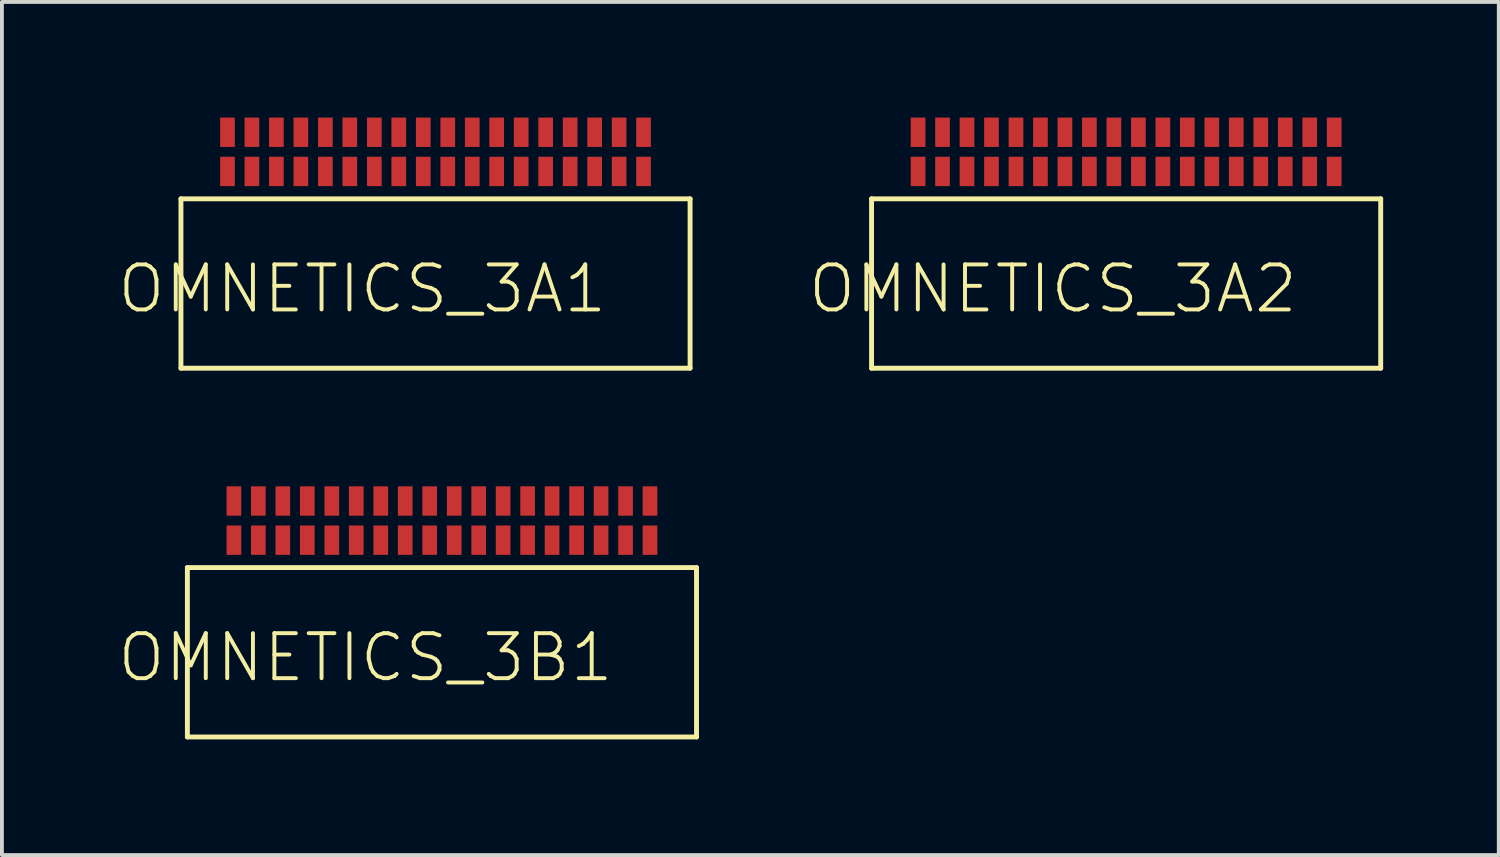
<source format=kicad_pcb>
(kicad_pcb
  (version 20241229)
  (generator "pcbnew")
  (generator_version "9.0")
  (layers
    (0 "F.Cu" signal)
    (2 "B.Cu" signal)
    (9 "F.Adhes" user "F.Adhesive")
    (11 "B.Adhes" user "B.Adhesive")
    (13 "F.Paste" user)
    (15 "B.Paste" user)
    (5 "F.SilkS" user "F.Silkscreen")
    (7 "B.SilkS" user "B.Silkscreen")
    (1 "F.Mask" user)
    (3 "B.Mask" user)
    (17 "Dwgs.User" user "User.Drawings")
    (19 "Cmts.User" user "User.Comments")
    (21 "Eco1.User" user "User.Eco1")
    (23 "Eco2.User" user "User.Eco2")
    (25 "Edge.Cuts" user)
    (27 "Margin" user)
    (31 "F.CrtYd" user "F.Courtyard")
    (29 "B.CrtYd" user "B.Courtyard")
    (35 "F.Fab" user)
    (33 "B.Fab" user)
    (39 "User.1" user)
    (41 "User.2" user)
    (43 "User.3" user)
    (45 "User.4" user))
  (footprint "OMNETICS_3A2"
    (layer "F.Cu")
    (at 26.164 2.108)
    (property "Reference" "OMNETICS_3A2" (at 4.508 1.651 0) (layer "F.SilkS") (effects (font (size 1.168 1.168) (thickness 0.102)) (justify right top)))
    (fp_line (start -6.604 0) (end -6.604 4.394) (stroke (width 0.127) (type solid)) (layer "F.SilkS"))
    (fp_line (start -6.604 4.394) (end 6.604 4.394) (stroke (width 0.127) (type solid)) (layer "F.SilkS"))
    (fp_line (start 6.604 0) (end -6.604 0) (stroke (width 0.127) (type solid)) (layer "F.SilkS"))
    (fp_line (start 6.604 4.394) (end 6.604 0) (stroke (width 0.127) (type solid)) (layer "F.SilkS"))
    (pad "B1" smd rect (at -5.397 -0.711) (size 0.381 0.762) (layers "F.Cu" "F.Mask" "F.Paste"))
    (pad "B2" smd rect (at -4.763 -0.711) (size 0.381 0.762) (layers "F.Cu" "F.Mask" "F.Paste"))
    (pad "B3" smd rect (at -4.128 -0.711) (size 0.381 0.762) (layers "F.Cu" "F.Mask" "F.Paste"))
    (pad "B4" smd rect (at -3.493 -0.711) (size 0.381 0.762) (layers "F.Cu" "F.Mask" "F.Paste"))
    (pad "B5" smd rect (at -2.857 -0.711) (size 0.381 0.762) (layers "F.Cu" "F.Mask" "F.Paste"))
    (pad "B6" smd rect (at -2.223 -0.711) (size 0.381 0.762) (layers "F.Cu" "F.Mask" "F.Paste"))
    (pad "B7" smd rect (at -1.587 -0.711) (size 0.381 0.762) (layers "F.Cu" "F.Mask" "F.Paste"))
    (pad "B8" smd rect (at -0.953 -0.711) (size 0.381 0.762) (layers "F.Cu" "F.Mask" "F.Paste"))
    (pad "B9" smd rect (at -0.318 -0.711) (size 0.381 0.762) (layers "F.Cu" "F.Mask" "F.Paste"))
    (pad "B10" smd rect (at 0.318 -0.711) (size 0.381 0.762) (layers "F.Cu" "F.Mask" "F.Paste"))
    (pad "B11" smd rect (at 0.953 -0.711) (size 0.381 0.762) (layers "F.Cu" "F.Mask" "F.Paste"))
    (pad "B12" smd rect (at 1.587 -0.711) (size 0.381 0.762) (layers "F.Cu" "F.Mask" "F.Paste"))
    (pad "B13" smd rect (at 2.223 -0.711) (size 0.381 0.762) (layers "F.Cu" "F.Mask" "F.Paste"))
    (pad "B14" smd rect (at 2.857 -0.711) (size 0.381 0.762) (layers "F.Cu" "F.Mask" "F.Paste"))
    (pad "B15" smd rect (at 3.493 -0.711) (size 0.381 0.762) (layers "F.Cu" "F.Mask" "F.Paste"))
    (pad "B16" smd rect (at 4.128 -0.711) (size 0.381 0.762) (layers "F.Cu" "F.Mask" "F.Paste"))
    (pad "B17" smd rect (at 4.763 -0.711) (size 0.381 0.762) (layers "F.Cu" "F.Mask" "F.Paste"))
    (pad "B18" smd rect (at 5.397 -0.711) (size 0.381 0.762) (layers "F.Cu" "F.Mask" "F.Paste"))
    (pad "T1" smd rect (at -5.397 -1.727) (size 0.381 0.762) (layers "F.Cu" "F.Mask" "F.Paste"))
    (pad "T2" smd rect (at -4.763 -1.727) (size 0.381 0.762) (layers "F.Cu" "F.Mask" "F.Paste"))
    (pad "T3" smd rect (at -4.128 -1.727) (size 0.381 0.762) (layers "F.Cu" "F.Mask" "F.Paste"))
    (pad "T4" smd rect (at -3.493 -1.727) (size 0.381 0.762) (layers "F.Cu" "F.Mask" "F.Paste"))
    (pad "T5" smd rect (at -2.857 -1.727) (size 0.381 0.762) (layers "F.Cu" "F.Mask" "F.Paste"))
    (pad "T6" smd rect (at -2.223 -1.727) (size 0.381 0.762) (layers "F.Cu" "F.Mask" "F.Paste"))
    (pad "T7" smd rect (at -1.587 -1.727) (size 0.381 0.762) (layers "F.Cu" "F.Mask" "F.Paste"))
    (pad "T8" smd rect (at -0.953 -1.727) (size 0.381 0.762) (layers "F.Cu" "F.Mask" "F.Paste"))
    (pad "T9" smd rect (at -0.318 -1.727) (size 0.381 0.762) (layers "F.Cu" "F.Mask" "F.Paste"))
    (pad "T10" smd rect (at 0.318 -1.727) (size 0.381 0.762) (layers "F.Cu" "F.Mask" "F.Paste"))
    (pad "T11" smd rect (at 0.953 -1.727) (size 0.381 0.762) (layers "F.Cu" "F.Mask" "F.Paste"))
    (pad "T12" smd rect (at 1.587 -1.727) (size 0.381 0.762) (layers "F.Cu" "F.Mask" "F.Paste"))
    (pad "T13" smd rect (at 2.223 -1.727) (size 0.381 0.762) (layers "F.Cu" "F.Mask" "F.Paste"))
    (pad "T14" smd rect (at 2.857 -1.727) (size 0.381 0.762) (layers "F.Cu" "F.Mask" "F.Paste"))
    (pad "T15" smd rect (at 3.493 -1.727) (size 0.381 0.762) (layers "F.Cu" "F.Mask" "F.Paste"))
    (pad "T16" smd rect (at 4.128 -1.727) (size 0.381 0.762) (layers "F.Cu" "F.Mask" "F.Paste"))
    (pad "T17" smd rect (at 4.763 -1.727) (size 0.381 0.762) (layers "F.Cu" "F.Mask" "F.Paste"))
    (pad "T18" smd rect (at 5.397 -1.727) (size 0.381 0.762) (layers "F.Cu" "F.Mask" "F.Paste")))
  (footprint "OMNETICS_3B1"
    (layer "F.Cu")
    (at 8.415 11.674)
    (property "Reference" "OMNETICS_3B1" (at 4.508 1.651 0) (layer "F.SilkS") (effects (font (size 1.168 1.168) (thickness 0.102)) (justify right top)))
    (fp_line (start -6.604 0) (end -6.604 4.394) (stroke (width 0.127) (type solid)) (layer "F.SilkS"))
    (fp_line (start -6.604 4.394) (end 6.604 4.394) (stroke (width 0.127) (type solid)) (layer "F.SilkS"))
    (fp_line (start 6.604 0) (end -6.604 0) (stroke (width 0.127) (type solid)) (layer "F.SilkS"))
    (fp_line (start 6.604 4.394) (end 6.604 0) (stroke (width 0.127) (type solid)) (layer "F.SilkS"))
    (pad "B1" smd rect (at -5.397 -0.711) (size 0.381 0.762) (layers "F.Cu" "F.Mask" "F.Paste"))
    (pad "B2" smd rect (at -4.763 -0.711) (size 0.381 0.762) (layers "F.Cu" "F.Mask" "F.Paste"))
    (pad "B3" smd rect (at -4.128 -0.711) (size 0.381 0.762) (layers "F.Cu" "F.Mask" "F.Paste"))
    (pad "B4" smd rect (at -3.493 -0.711) (size 0.381 0.762) (layers "F.Cu" "F.Mask" "F.Paste"))
    (pad "B5" smd rect (at -2.857 -0.711) (size 0.381 0.762) (layers "F.Cu" "F.Mask" "F.Paste"))
    (pad "B6" smd rect (at -2.223 -0.711) (size 0.381 0.762) (layers "F.Cu" "F.Mask" "F.Paste"))
    (pad "B7" smd rect (at -1.587 -0.711) (size 0.381 0.762) (layers "F.Cu" "F.Mask" "F.Paste"))
    (pad "B8" smd rect (at -0.953 -0.711) (size 0.381 0.762) (layers "F.Cu" "F.Mask" "F.Paste"))
    (pad "B9" smd rect (at -0.318 -0.711) (size 0.381 0.762) (layers "F.Cu" "F.Mask" "F.Paste"))
    (pad "B10" smd rect (at 0.318 -0.711) (size 0.381 0.762) (layers "F.Cu" "F.Mask" "F.Paste"))
    (pad "B11" smd rect (at 0.953 -0.711) (size 0.381 0.762) (layers "F.Cu" "F.Mask" "F.Paste"))
    (pad "B12" smd rect (at 1.587 -0.711) (size 0.381 0.762) (layers "F.Cu" "F.Mask" "F.Paste"))
    (pad "B13" smd rect (at 2.223 -0.711) (size 0.381 0.762) (layers "F.Cu" "F.Mask" "F.Paste"))
    (pad "B14" smd rect (at 2.857 -0.711) (size 0.381 0.762) (layers "F.Cu" "F.Mask" "F.Paste"))
    (pad "B15" smd rect (at 3.493 -0.711) (size 0.381 0.762) (layers "F.Cu" "F.Mask" "F.Paste"))
    (pad "B16" smd rect (at 4.128 -0.711) (size 0.381 0.762) (layers "F.Cu" "F.Mask" "F.Paste"))
    (pad "B17" smd rect (at 4.763 -0.711) (size 0.381 0.762) (layers "F.Cu" "F.Mask" "F.Paste"))
    (pad "B18" smd rect (at 5.397 -0.711) (size 0.381 0.762) (layers "F.Cu" "F.Mask" "F.Paste"))
    (pad "T1" smd rect (at -5.397 -1.727) (size 0.381 0.762) (layers "F.Cu" "F.Mask" "F.Paste"))
    (pad "T2" smd rect (at -4.763 -1.727) (size 0.381 0.762) (layers "F.Cu" "F.Mask" "F.Paste"))
    (pad "T3" smd rect (at -4.128 -1.727) (size 0.381 0.762) (layers "F.Cu" "F.Mask" "F.Paste"))
    (pad "T4" smd rect (at -3.493 -1.727) (size 0.381 0.762) (layers "F.Cu" "F.Mask" "F.Paste"))
    (pad "T5" smd rect (at -2.857 -1.727) (size 0.381 0.762) (layers "F.Cu" "F.Mask" "F.Paste"))
    (pad "T6" smd rect (at -2.223 -1.727) (size 0.381 0.762) (layers "F.Cu" "F.Mask" "F.Paste"))
    (pad "T7" smd rect (at -1.587 -1.727) (size 0.381 0.762) (layers "F.Cu" "F.Mask" "F.Paste"))
    (pad "T8" smd rect (at -0.953 -1.727) (size 0.381 0.762) (layers "F.Cu" "F.Mask" "F.Paste"))
    (pad "T9" smd rect (at -0.318 -1.727) (size 0.381 0.762) (layers "F.Cu" "F.Mask" "F.Paste"))
    (pad "T10" smd rect (at 0.318 -1.727) (size 0.381 0.762) (layers "F.Cu" "F.Mask" "F.Paste"))
    (pad "T11" smd rect (at 0.953 -1.727) (size 0.381 0.762) (layers "F.Cu" "F.Mask" "F.Paste"))
    (pad "T12" smd rect (at 1.587 -1.727) (size 0.381 0.762) (layers "F.Cu" "F.Mask" "F.Paste"))
    (pad "T13" smd rect (at 2.223 -1.727) (size 0.381 0.762) (layers "F.Cu" "F.Mask" "F.Paste"))
    (pad "T14" smd rect (at 2.857 -1.727) (size 0.381 0.762) (layers "F.Cu" "F.Mask" "F.Paste"))
    (pad "T15" smd rect (at 3.493 -1.727) (size 0.381 0.762) (layers "F.Cu" "F.Mask" "F.Paste"))
    (pad "T16" smd rect (at 4.128 -1.727) (size 0.381 0.762) (layers "F.Cu" "F.Mask" "F.Paste"))
    (pad "T17" smd rect (at 4.763 -1.727) (size 0.381 0.762) (layers "F.Cu" "F.Mask" "F.Paste"))
    (pad "T18" smd rect (at 5.397 -1.727) (size 0.381 0.762) (layers "F.Cu" "F.Mask" "F.Paste")))
  (footprint "OMNETICS_3A1"
    (layer "F.Cu")
    (at 8.248 2.108)
    (property "Reference" "OMNETICS_3A1" (at 4.508 1.651 0) (layer "F.SilkS") (effects (font (size 1.168 1.168) (thickness 0.102)) (justify right top)))
    (fp_line (start -6.604 0) (end -6.604 4.394) (stroke (width 0.127) (type solid)) (layer "F.SilkS"))
    (fp_line (start -6.604 4.394) (end 6.604 4.394) (stroke (width 0.127) (type solid)) (layer "F.SilkS"))
    (fp_line (start 6.604 0) (end -6.604 0) (stroke (width 0.127) (type solid)) (layer "F.SilkS"))
    (fp_line (start 6.604 4.394) (end 6.604 0) (stroke (width 0.127) (type solid)) (layer "F.SilkS"))
    (pad "B1" smd rect (at -5.397 -0.711) (size 0.381 0.762) (layers "F.Cu" "F.Mask" "F.Paste"))
    (pad "B2" smd rect (at -4.763 -0.711) (size 0.381 0.762) (layers "F.Cu" "F.Mask" "F.Paste"))
    (pad "B3" smd rect (at -4.128 -0.711) (size 0.381 0.762) (layers "F.Cu" "F.Mask" "F.Paste"))
    (pad "B4" smd rect (at -3.493 -0.711) (size 0.381 0.762) (layers "F.Cu" "F.Mask" "F.Paste"))
    (pad "B5" smd rect (at -2.857 -0.711) (size 0.381 0.762) (layers "F.Cu" "F.Mask" "F.Paste"))
    (pad "B6" smd rect (at -2.223 -0.711) (size 0.381 0.762) (layers "F.Cu" "F.Mask" "F.Paste"))
    (pad "B7" smd rect (at -1.587 -0.711) (size 0.381 0.762) (layers "F.Cu" "F.Mask" "F.Paste"))
    (pad "B8" smd rect (at -0.953 -0.711) (size 0.381 0.762) (layers "F.Cu" "F.Mask" "F.Paste"))
    (pad "B9" smd rect (at -0.318 -0.711) (size 0.381 0.762) (layers "F.Cu" "F.Mask" "F.Paste"))
    (pad "B10" smd rect (at 0.318 -0.711) (size 0.381 0.762) (layers "F.Cu" "F.Mask" "F.Paste"))
    (pad "B11" smd rect (at 0.953 -0.711) (size 0.381 0.762) (layers "F.Cu" "F.Mask" "F.Paste"))
    (pad "B12" smd rect (at 1.587 -0.711) (size 0.381 0.762) (layers "F.Cu" "F.Mask" "F.Paste"))
    (pad "B13" smd rect (at 2.223 -0.711) (size 0.381 0.762) (layers "F.Cu" "F.Mask" "F.Paste"))
    (pad "B14" smd rect (at 2.857 -0.711) (size 0.381 0.762) (layers "F.Cu" "F.Mask" "F.Paste"))
    (pad "B15" smd rect (at 3.493 -0.711) (size 0.381 0.762) (layers "F.Cu" "F.Mask" "F.Paste"))
    (pad "B16" smd rect (at 4.128 -0.711) (size 0.381 0.762) (layers "F.Cu" "F.Mask" "F.Paste"))
    (pad "B17" smd rect (at 4.763 -0.711) (size 0.381 0.762) (layers "F.Cu" "F.Mask" "F.Paste"))
    (pad "B18" smd rect (at 5.397 -0.711) (size 0.381 0.762) (layers "F.Cu" "F.Mask" "F.Paste"))
    (pad "T1" smd rect (at -5.397 -1.727) (size 0.381 0.762) (layers "F.Cu" "F.Mask" "F.Paste"))
    (pad "T2" smd rect (at -4.763 -1.727) (size 0.381 0.762) (layers "F.Cu" "F.Mask" "F.Paste"))
    (pad "T3" smd rect (at -4.128 -1.727) (size 0.381 0.762) (layers "F.Cu" "F.Mask" "F.Paste"))
    (pad "T4" smd rect (at -3.493 -1.727) (size 0.381 0.762) (layers "F.Cu" "F.Mask" "F.Paste"))
    (pad "T5" smd rect (at -2.857 -1.727) (size 0.381 0.762) (layers "F.Cu" "F.Mask" "F.Paste"))
    (pad "T6" smd rect (at -2.223 -1.727) (size 0.381 0.762) (layers "F.Cu" "F.Mask" "F.Paste"))
    (pad "T7" smd rect (at -1.587 -1.727) (size 0.381 0.762) (layers "F.Cu" "F.Mask" "F.Paste"))
    (pad "T8" smd rect (at -0.953 -1.727) (size 0.381 0.762) (layers "F.Cu" "F.Mask" "F.Paste"))
    (pad "T9" smd rect (at -0.318 -1.727) (size 0.381 0.762) (layers "F.Cu" "F.Mask" "F.Paste"))
    (pad "T10" smd rect (at 0.318 -1.727) (size 0.381 0.762) (layers "F.Cu" "F.Mask" "F.Paste"))
    (pad "T11" smd rect (at 0.953 -1.727) (size 0.381 0.762) (layers "F.Cu" "F.Mask" "F.Paste"))
    (pad "T12" smd rect (at 1.587 -1.727) (size 0.381 0.762) (layers "F.Cu" "F.Mask" "F.Paste"))
    (pad "T13" smd rect (at 2.223 -1.727) (size 0.381 0.762) (layers "F.Cu" "F.Mask" "F.Paste"))
    (pad "T14" smd rect (at 2.857 -1.727) (size 0.381 0.762) (layers "F.Cu" "F.Mask" "F.Paste"))
    (pad "T15" smd rect (at 3.493 -1.727) (size 0.381 0.762) (layers "F.Cu" "F.Mask" "F.Paste"))
    (pad "T16" smd rect (at 4.128 -1.727) (size 0.381 0.762) (layers "F.Cu" "F.Mask" "F.Paste"))
    (pad "T17" smd rect (at 4.763 -1.727) (size 0.381 0.762) (layers "F.Cu" "F.Mask" "F.Paste"))
    (pad "T18" smd rect (at 5.397 -1.727) (size 0.381 0.762) (layers "F.Cu" "F.Mask" "F.Paste")))
  (gr_rect
    (start -3 -3)
    (end 35.831 19.132)
    (stroke (width 0.1) (type default))
    (fill no)
    (layer "Edge.Cuts")))
</source>
